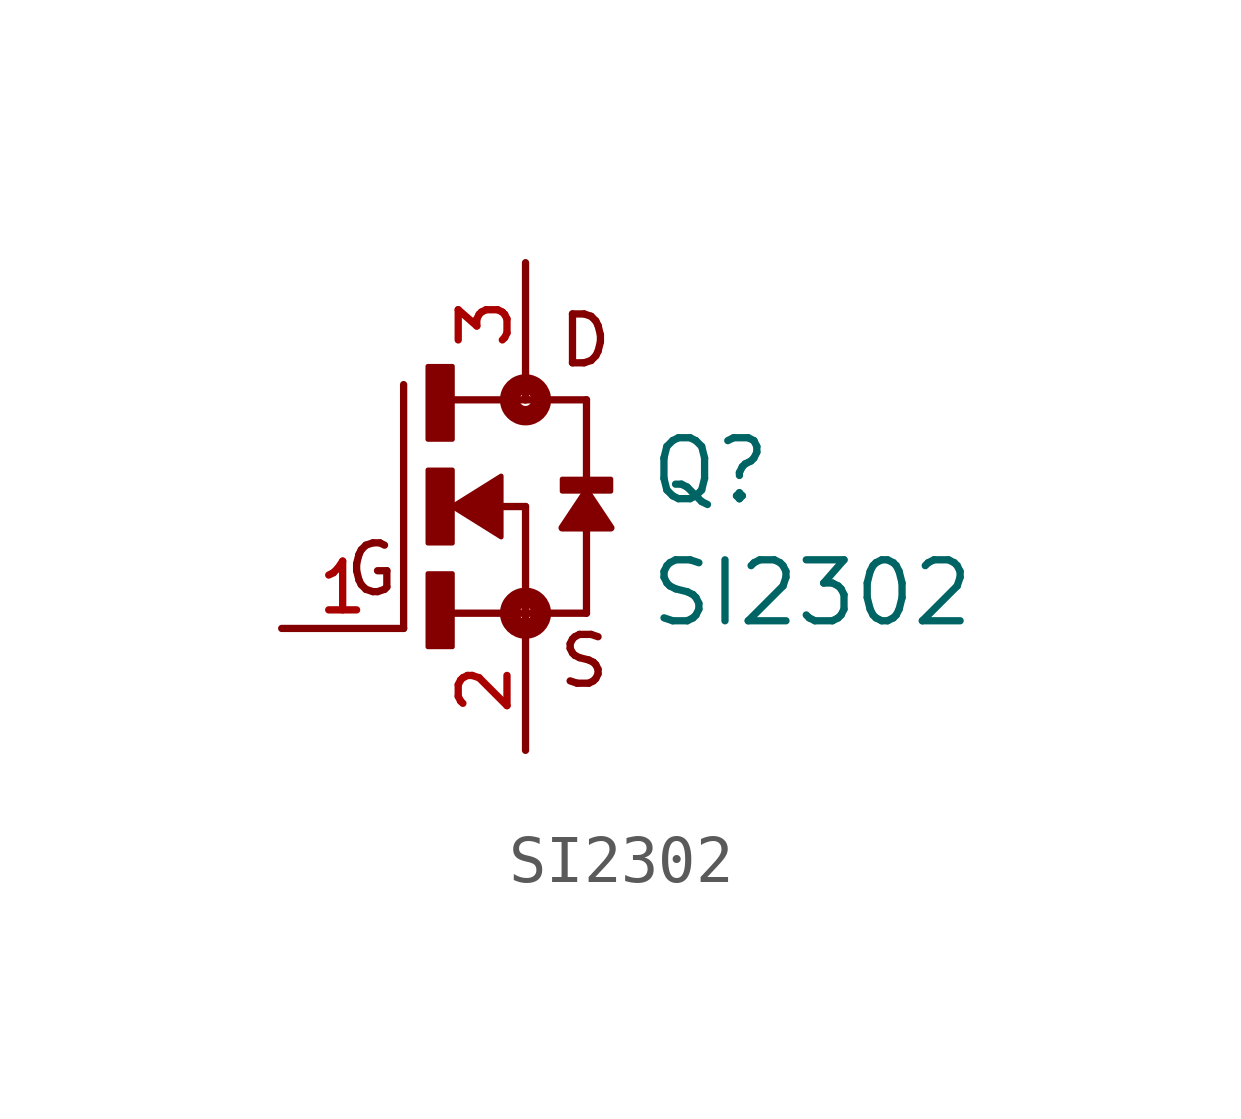
<source format=kicad_sym>
(kicad_symbol_lib
  (version 20211014)
  (generator kicad_symbol_editor)
  (symbol "SI2302"
    (pin_names
      (offset 1.016))
    (property "Reference" "Q"
      (at 2.542 0.0 0)
      (effects (font (size 1.27 1.27)) (justify bottom left)))
    (property "Value" "SI2302"
      (at 2.544 -2.544 0)
      (effects (font (size 1.27 1.27)) (justify bottom left)))
    (symbol "SI2302_0_0"
      (polyline (pts (xy -0.508 0.0) (xy 0.0 0.0)) (stroke (width 0.152)))
      (polyline (pts (xy -1.587 -2.223) (xy 0.0 -2.223)) (stroke (width 0.152)))
      (polyline (pts (xy -2.54 -2.54) (xy -2.54 2.54)) (stroke (width 0.152)))
      (polyline (pts (xy 0.0 0.0) (xy 0.0 -2.223)) (stroke (width 0.152)))
      (polyline (pts (xy 1.27 -2.223) (xy 0.0 -2.223)) (stroke (width 0.152)))
      (polyline (pts (xy -1.587 2.223) (xy 0.0 2.223)) (stroke (width 0.152)))
      (polyline (pts (xy 0.0 2.223) (xy 1.27 2.223)) (stroke (width 0.152)))
      (polyline (pts (xy 0.0 -2.223) (xy 0.0 -2.54)) (stroke (width 0.152)))
      (polyline (pts (xy 1.27 2.223) (xy 1.27 -2.223)) (stroke (width 0.152)))
      (polyline (pts (xy 0.0 2.54) (xy 0.0 2.223)) (stroke (width 0.152)))
      (circle (center 0.0 -2.223) (radius 0.127) (stroke (width 0.406)) (fill (type none)))
      (circle (center 0.0 2.223) (radius 0.127) (stroke (width 0.406)) (fill (type none)))
      (text "D" (at 0.636 2.862 0) (effects (font (size 1.018 1.018)) (justify bottom left)))
      (text "S" (at 0.636 -3.814 0) (effects (font (size 1.017 1.017)) (justify bottom left)))
      (text "G" (at -3.813 -1.906 0) (effects (font (size 1.017 1.017)) (justify bottom left)))
      (rectangle (start -2.035 1.399) (end -1.524 2.921) (stroke (width 0.1)) (fill (type outline)))
      (rectangle (start -2.034 -0.763) (end -1.524 0.762) (stroke (width 0.1)) (fill (type outline)))
      (rectangle (start -2.034 -2.923) (end -1.524 -1.397) (stroke (width 0.1)) (fill (type outline)))
      (rectangle (start 0.763 0.318) (end 1.778 0.572) (stroke (width 0.1)) (fill (type outline)))
      (polyline (pts (xy -1.524 0.0) (xy -0.508 0.635) (xy -0.508 -0.635) (xy -1.524 0.0)) (stroke (width 0.102)) (fill (type outline)))
      (polyline (pts (xy 1.27 0.318) (xy 0.762 -0.445) (xy 1.778 -0.445) (xy 1.27 0.318)) (stroke (width 0.152)) (fill (type outline)))
      (pin passive line (at 0.0 5.08 270.0) (length 2.54) (name "~" (effects (font (size 1.016 1.016)))) (number "3" (effects (font (size 1.016 1.016)))))
      (pin passive line (at 0.0 -5.08 90.0) (length 2.54) (name "~" (effects (font (size 1.016 1.016)))) (number "2" (effects (font (size 1.016 1.016)))))
      (pin passive line (at -5.08 -2.54 0) (length 2.54) (name "~" (effects (font (size 1.016 1.016)))) (number "1" (effects (font (size 1.016 1.016))))))))
</source>
